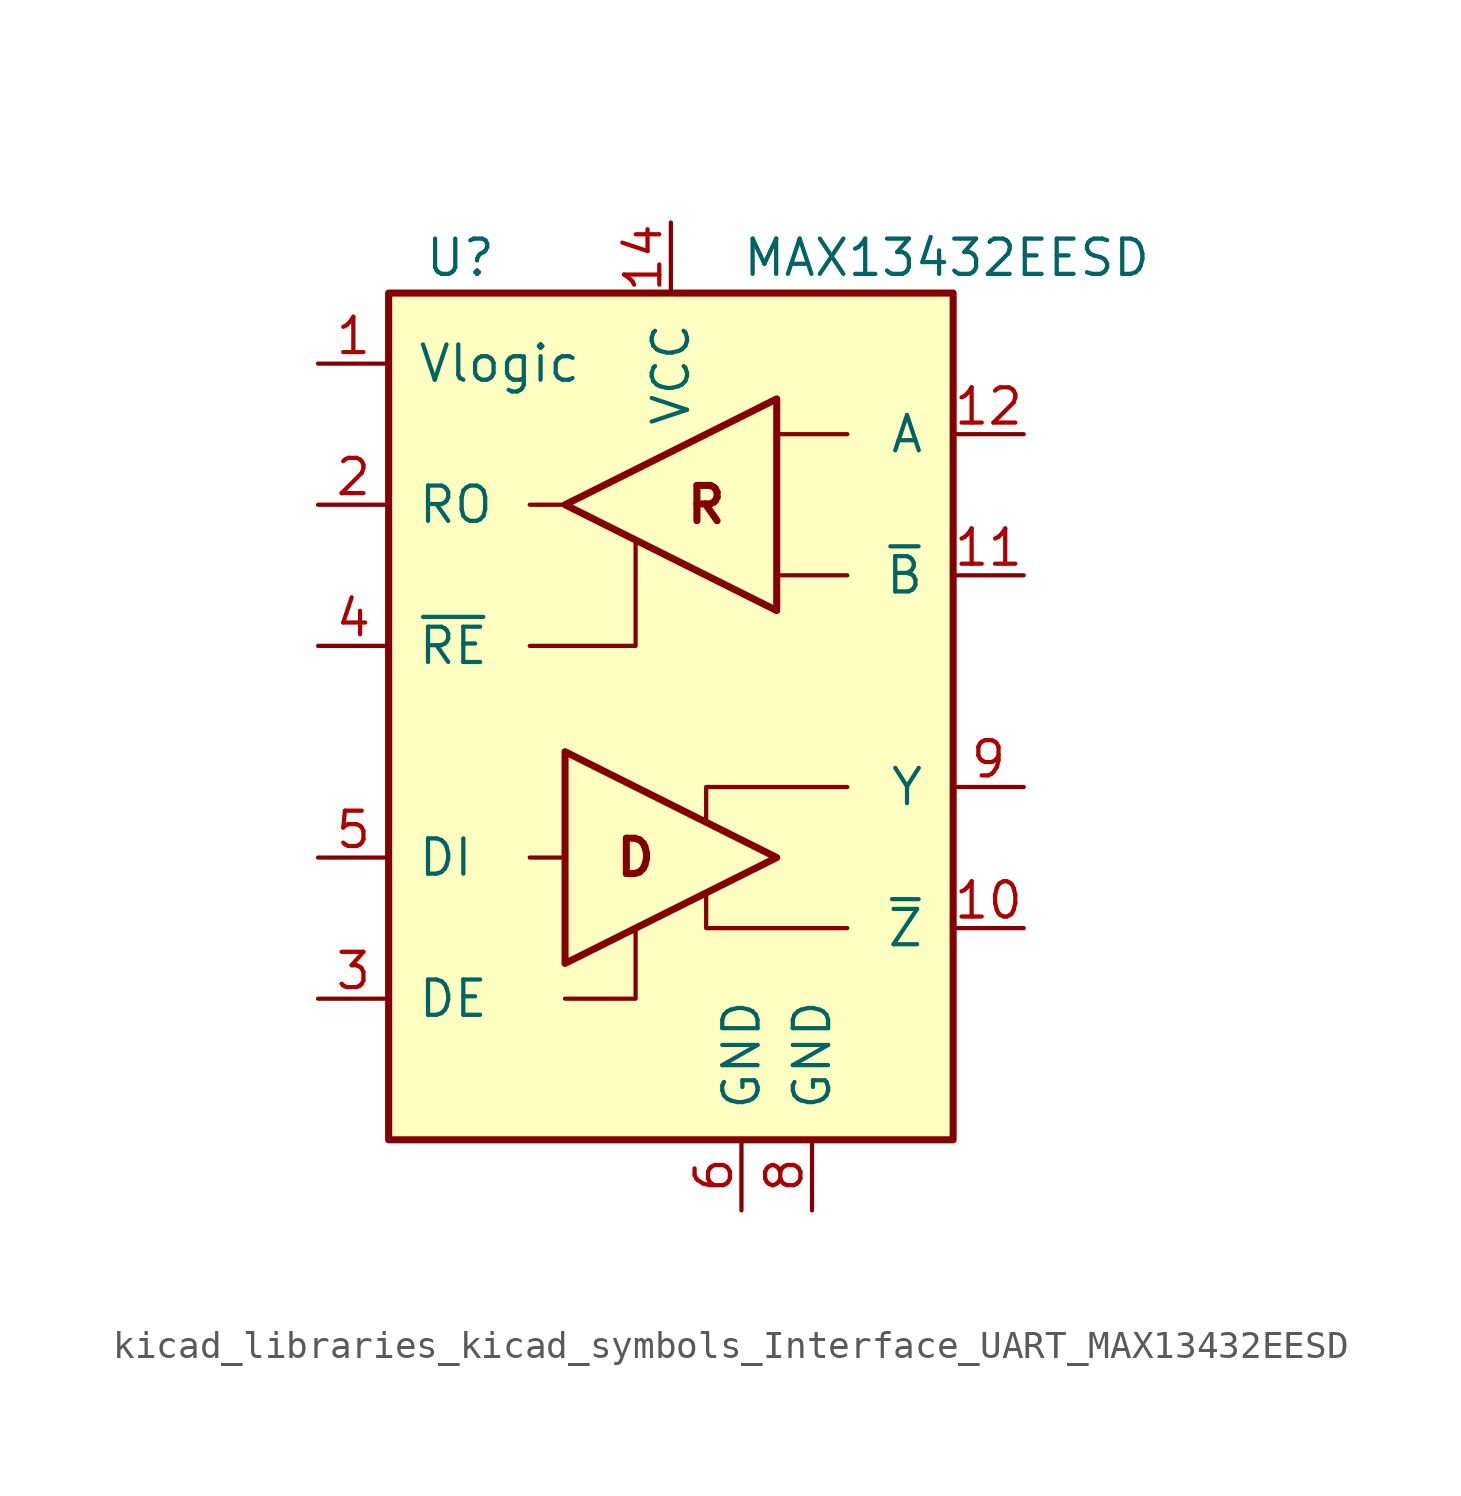
<source format=kicad_sym>
(kicad_symbol_lib
  (version 20220914)
  (generator kicad_symbol_editor)
  (symbol "kicad_libraries_kicad_symbols_Interface_UART_MAX13432EESD"
    (pin_names
      (offset 1.016))
    (property "Reference" "U"
      (at -8.89 16.51 0)
      (effects (font (size 1.27 1.27)) (justify left)))
    (property "Value" "MAX13432EESD"
      (at 2.54 16.51 0)
      (effects (font (size 1.27 1.27)) (justify left)))
    (symbol "kicad_libraries_kicad_symbols_Interface_UART_MAX13432EESD_0_0"
      (text "D" (at -1.27 -5.08 0) (effects (font (size 1.27 1.27) bold)))
      (text "R" (at 1.27 7.62 0) (effects (font (size 1.27 1.27) bold))))
    (symbol "kicad_libraries_kicad_symbols_Interface_UART_MAX13432EESD_0_1"
      (rectangle (start -10.16 15.24) (end 10.16 -15.24) (stroke (width 0.254) (type default)) (fill (type background)))
      (polyline (pts (xy -5.08 -5.08) (xy -3.81 -5.08)) (stroke (width 0) (type default)) (fill (type none)))
      (polyline (pts (xy -3.81 7.62) (xy -5.08 7.62)) (stroke (width 0) (type default)) (fill (type none)))
      (polyline (pts (xy 6.35 5.08) (xy 3.81 5.08) (xy 3.81 5.08)) (stroke (width 0) (type default)) (fill (type none)))
      (polyline (pts (xy 6.35 10.16) (xy 3.81 10.16) (xy 3.81 10.16)) (stroke (width 0) (type default)) (fill (type none)))
      (polyline (pts (xy -3.81 -10.16) (xy -1.27 -10.16) (xy -1.27 -7.62) (xy -1.27 -7.62)) (stroke (width 0) (type default)) (fill (type none)))
      (polyline (pts (xy -1.27 6.35) (xy -1.27 2.54) (xy -2.54 2.54) (xy -5.08 2.54)) (stroke (width 0) (type default)) (fill (type none)))
      (polyline (pts (xy 6.35 -7.62) (xy 1.27 -7.62) (xy 1.27 -6.35) (xy 1.27 -6.35)) (stroke (width 0) (type default)) (fill (type none)))
      (polyline (pts (xy 6.35 -2.54) (xy 1.27 -2.54) (xy 1.27 -3.81) (xy 1.27 -3.81)) (stroke (width 0) (type default)) (fill (type none)))
      (polyline (pts (xy -3.81 -1.27) (xy -3.81 -8.89) (xy 3.81 -5.08) (xy -3.81 -1.27) (xy -3.81 -1.27)) (stroke (width 0.254) (type default)) (fill (type none)))
      (polyline (pts (xy 3.81 11.43) (xy 3.81 3.81) (xy -3.81 7.62) (xy 3.81 11.43) (xy 3.81 11.43)) (stroke (width 0.254) (type default)) (fill (type none))))
    (symbol "kicad_libraries_kicad_symbols_Interface_UART_MAX13432EESD_1_1"
      (pin power_in line (at -12.7 12.7 0) (length 2.54) (name "Vlogic" (effects (font (size 1.27 1.27)))) (number "1" (effects (font (size 1.27 1.27)))))
      (pin output line (at 12.7 -7.62 180) (length 2.54) (name "~{Z}" (effects (font (size 1.27 1.27)))) (number "10" (effects (font (size 1.27 1.27)))))
      (pin input line (at 12.7 5.08 180) (length 2.54) (name "~{B}" (effects (font (size 1.27 1.27)))) (number "11" (effects (font (size 1.27 1.27)))))
      (pin input line (at 12.7 10.16 180) (length 2.54) (name "A" (effects (font (size 1.27 1.27)))) (number "12" (effects (font (size 1.27 1.27)))))
      (pin no_connect line (at 10.16 0 180) (length 2.54) hide (name "NC" (effects (font (size 1.27 1.27)))) (number "13" (effects (font (size 1.27 1.27)))))
      (pin power_in line (at 0 17.78 270) (length 2.54) (name "VCC" (effects (font (size 1.27 1.27)))) (number "14" (effects (font (size 1.27 1.27)))))
      (pin output line (at -12.7 7.62 0) (length 2.54) (name "RO" (effects (font (size 1.27 1.27)))) (number "2" (effects (font (size 1.27 1.27)))))
      (pin input line (at -12.7 -10.16 0) (length 2.54) (name "DE" (effects (font (size 1.27 1.27)))) (number "3" (effects (font (size 1.27 1.27)))))
      (pin input line (at -12.7 2.54 0) (length 2.54) (name "~{RE}" (effects (font (size 1.27 1.27)))) (number "4" (effects (font (size 1.27 1.27)))))
      (pin input line (at -12.7 -5.08 0) (length 2.54) (name "DI" (effects (font (size 1.27 1.27)))) (number "5" (effects (font (size 1.27 1.27)))))
      (pin power_in line (at 2.54 -17.78 90) (length 2.54) (name "GND" (effects (font (size 1.27 1.27)))) (number "6" (effects (font (size 1.27 1.27)))))
      (pin no_connect line (at 10.16 2.54 180) (length 2.54) hide (name "NC" (effects (font (size 1.27 1.27)))) (number "7" (effects (font (size 1.27 1.27)))))
      (pin power_in line (at 5.08 -17.78 90) (length 2.54) (name "GND" (effects (font (size 1.27 1.27)))) (number "8" (effects (font (size 1.27 1.27)))))
      (pin output line (at 12.7 -2.54 180) (length 2.54) (name "Y" (effects (font (size 1.27 1.27)))) (number "9" (effects (font (size 1.27 1.27))))))))
</source>
